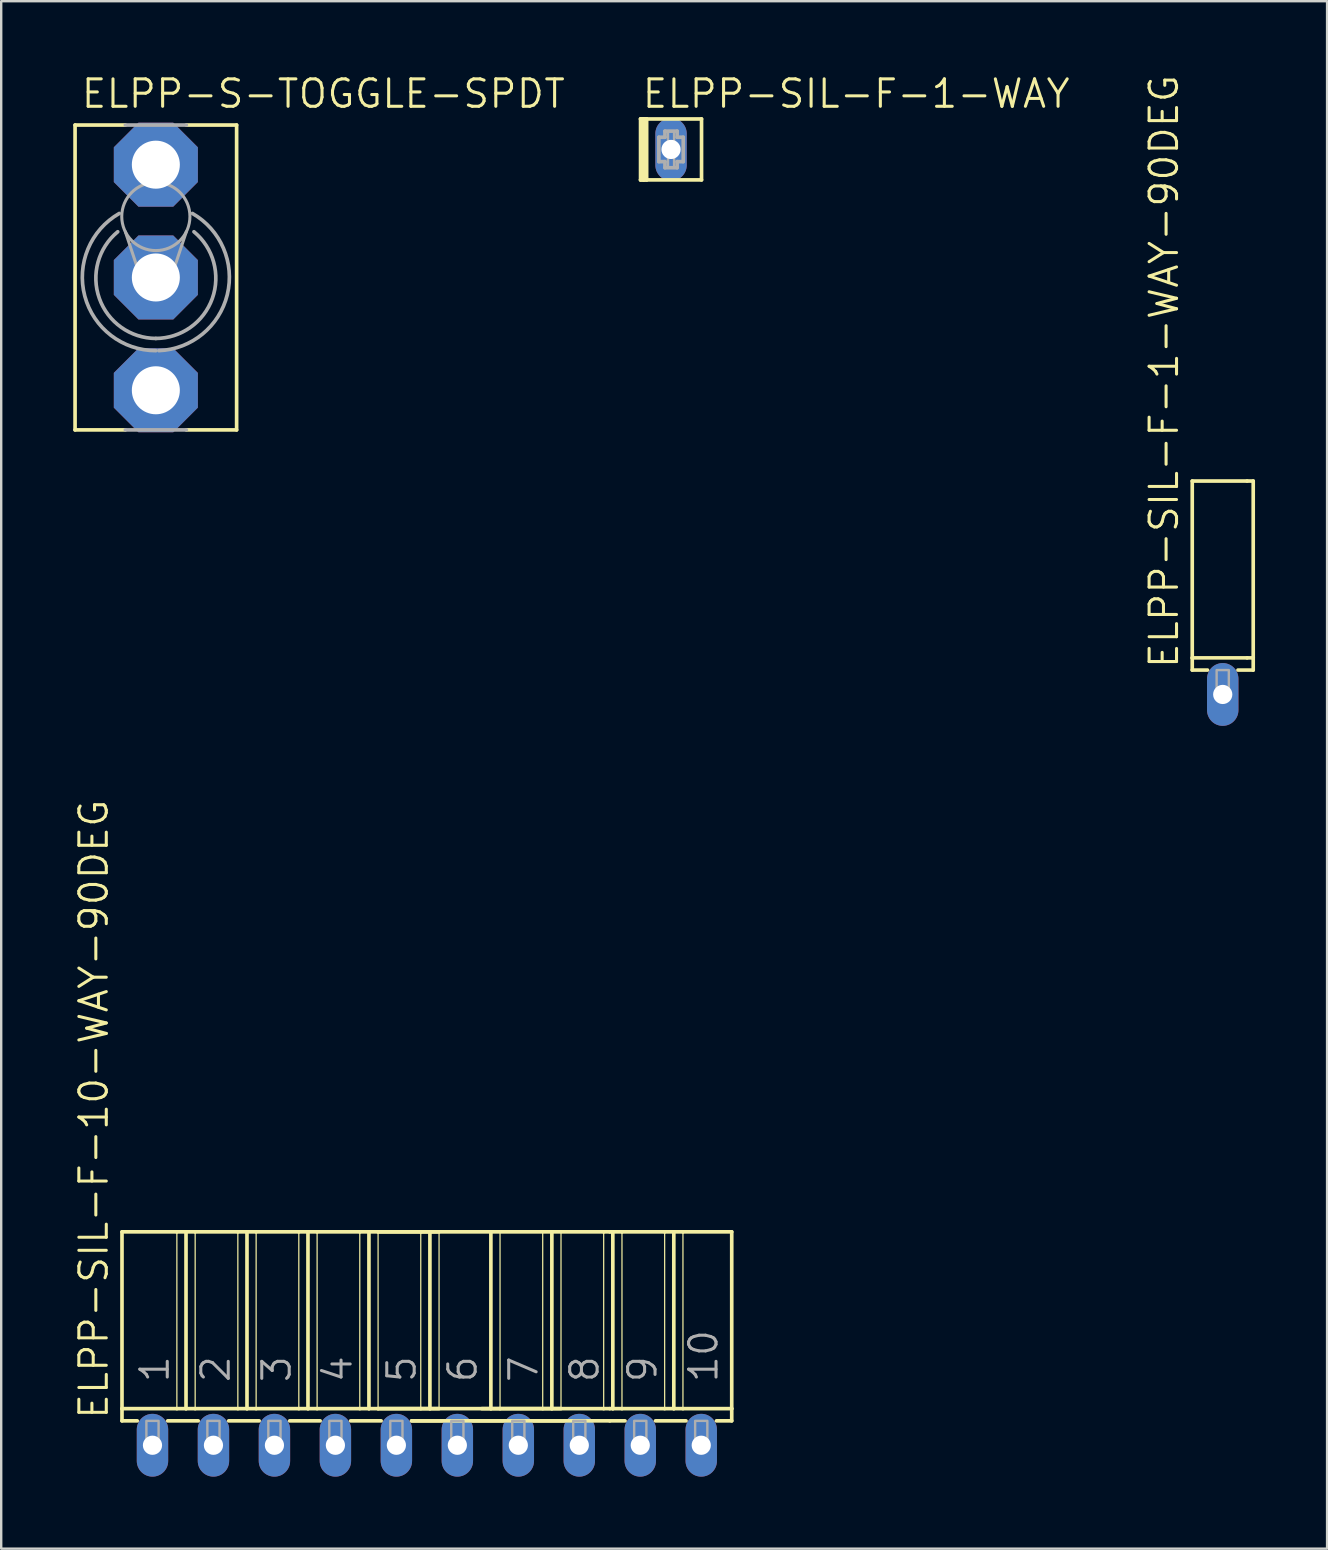
<source format=kicad_pcb>
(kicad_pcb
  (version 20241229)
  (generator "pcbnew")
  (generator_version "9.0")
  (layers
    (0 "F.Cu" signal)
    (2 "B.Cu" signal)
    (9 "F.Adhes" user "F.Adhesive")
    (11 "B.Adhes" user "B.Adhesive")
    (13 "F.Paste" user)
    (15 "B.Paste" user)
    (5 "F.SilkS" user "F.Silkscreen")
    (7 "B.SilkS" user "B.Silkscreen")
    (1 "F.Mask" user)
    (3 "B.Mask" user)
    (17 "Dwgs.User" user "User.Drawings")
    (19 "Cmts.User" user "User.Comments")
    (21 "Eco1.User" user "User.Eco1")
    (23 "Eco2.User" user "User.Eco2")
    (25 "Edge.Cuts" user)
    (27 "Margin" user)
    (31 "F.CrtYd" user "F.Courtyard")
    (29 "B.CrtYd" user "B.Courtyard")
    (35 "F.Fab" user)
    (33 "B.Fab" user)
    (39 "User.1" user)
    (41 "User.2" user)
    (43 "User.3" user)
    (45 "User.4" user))
  (footprint "ELPP-SIL-F-1-WAY"
    (layer "F.Cu")
    (at 24.904 3.175)
    (property "Reference" "ELPP-SIL-F-1-WAY" (at -1.27 -1.651 0) (unlocked yes) (layer "F.SilkS") (effects (font (size 1.143 1.143) (thickness 0.127)) (justify left bottom)))
    (fp_line (start -1.27 -1.27) (end -1.27 1.27) (stroke (width 0.152) (type solid)) (layer "F.SilkS"))
    (fp_line (start -1.27 -1.27) (end 1.27 -1.27) (stroke (width 0.152) (type solid)) (layer "F.SilkS"))
    (fp_line (start -1.27 1.27) (end -1.143 1.27) (stroke (width 0.152) (type solid)) (layer "F.SilkS"))
    (fp_line (start -1.143 -1.27) (end -1.27 -1.27) (stroke (width 0.152) (type solid)) (layer "F.SilkS"))
    (fp_line (start -1.143 -1.27) (end -1.143 1.27) (stroke (width 0.152) (type solid)) (layer "F.SilkS"))
    (fp_line (start -1.143 1.27) (end -1.016 1.27) (stroke (width 0.152) (type solid)) (layer "F.SilkS"))
    (fp_line (start -1.016 -1.27) (end -1.143 -1.27) (stroke (width 0.152) (type solid)) (layer "F.SilkS"))
    (fp_line (start -1.016 -1.27) (end -1.016 1.27) (stroke (width 0.152) (type solid)) (layer "F.SilkS"))
    (fp_line (start 1.27 -1.27) (end 1.27 1.27) (stroke (width 0.152) (type solid)) (layer "F.SilkS"))
    (fp_line (start 1.27 1.27) (end -1.27 1.27) (stroke (width 0.152) (type solid)) (layer "F.SilkS"))
    (fp_line (start -0.508 -0.508) (end -0.508 0.508) (stroke (width 0.152) (type solid)) (layer "F.Fab"))
    (fp_line (start -0.508 0.508) (end -0.254 0.508) (stroke (width 0.152) (type solid)) (layer "F.Fab"))
    (fp_line (start -0.254 -0.762) (end -0.254 -0.508) (stroke (width 0.152) (type solid)) (layer "F.Fab"))
    (fp_line (start -0.254 -0.508) (end -0.508 -0.508) (stroke (width 0.152) (type solid)) (layer "F.Fab"))
    (fp_line (start -0.254 0.508) (end -0.254 0.762) (stroke (width 0.152) (type solid)) (layer "F.Fab"))
    (fp_line (start -0.254 0.762) (end 0.254 0.762) (stroke (width 0.152) (type solid)) (layer "F.Fab"))
    (fp_line (start 0.254 -0.762) (end -0.254 -0.762) (stroke (width 0.152) (type solid)) (layer "F.Fab"))
    (fp_line (start 0.254 -0.508) (end 0.254 -0.762) (stroke (width 0.152) (type solid)) (layer "F.Fab"))
    (fp_line (start 0.254 0.508) (end 0.508 0.508) (stroke (width 0.152) (type solid)) (layer "F.Fab"))
    (fp_line (start 0.254 0.762) (end 0.254 0.508) (stroke (width 0.152) (type solid)) (layer "F.Fab"))
    (fp_line (start 0.508 -0.508) (end 0.254 -0.508) (stroke (width 0.152) (type solid)) (layer "F.Fab"))
    (fp_line (start 0.508 0.508) (end 0.508 -0.508) (stroke (width 0.152) (type solid)) (layer "F.Fab"))
    (fp_poly (pts (xy -0.127 -0.254) (xy 0.127 -0.254) (xy 0.127 -0.762) (xy -0.127 -0.762)) (stroke (width 0.1) (type default)) (fill no) (layer "F.Fab"))
    (fp_poly (pts (xy -0.127 0.762) (xy 0.127 0.762) (xy 0.127 0.254) (xy -0.127 0.254)) (stroke (width 0.1) (type default)) (fill no) (layer "F.Fab"))
    (pad "1" thru_hole oval (at 0 0 90) (size 2.616 1.308) (drill 0.8) (layers "*.Cu" "*.Mask")))
  (footprint "ELPP-S-TOGGLE-SPDT"
    (layer "F.Cu")
    (at 3.442 8.509)
    (property "Reference" "ELPP-S-TOGGLE-SPDT" (at -3.175 -6.985 0) (unlocked yes) (layer "F.SilkS") (effects (font (size 1.143 1.143) (thickness 0.127)) (justify left bottom)))
    (fp_line (start -3.365 -6.35) (end -3.365 6.35) (stroke (width 0.152) (type solid)) (layer "F.SilkS"))
    (fp_line (start -3.365 -6.35) (end -1.27 -6.35) (stroke (width 0.152) (type solid)) (layer "F.SilkS"))
    (fp_line (start -3.365 6.35) (end -1.27 6.35) (stroke (width 0.152) (type solid)) (layer "F.SilkS"))
    (fp_line (start 3.365 -6.35) (end 1.27 -6.35) (stroke (width 0.152) (type solid)) (layer "F.SilkS"))
    (fp_line (start 3.365 6.35) (end 1.27 6.35) (stroke (width 0.152) (type solid)) (layer "F.SilkS"))
    (fp_line (start 3.365 6.35) (end 3.365 -6.35) (stroke (width 0.152) (type solid)) (layer "F.SilkS"))
    (fp_line (start -1.27 -6.35) (end 1.27 -6.35) (stroke (width 0.152) (type solid)) (layer "F.Fab"))
    (fp_line (start -1.27 -1.905) (end -0.635 0) (stroke (width 0.127) (type solid)) (layer "F.Fab"))
    (fp_line (start -1.27 6.35) (end 1.27 6.35) (stroke (width 0.152) (type solid)) (layer "F.Fab"))
    (fp_line (start 1.27 -1.905) (end 0.635 0) (stroke (width 0.127) (type solid)) (layer "F.Fab"))
    (fp_arc (start 0 2.54) (mid -2.352774 0.874294) (end -1.587502 -1.905001) (stroke (width 0.1524) (type solid)) (layer "F.Fab"))
    (fp_arc (start 0 3.048) (mid -2.959694 0.776552) (end -1.523999 -2.667) (stroke (width 0.1524) (type solid)) (layer "F.Fab"))
    (fp_arc (start 1.523999 -2.666998) (mid 2.976223 0.716233) (end 0.127 3.048) (stroke (width 0.1524) (type solid)) (layer "F.Fab"))
    (fp_arc (start 1.587502 -1.905001) (mid 2.352774 0.874294) (end 0 2.54) (stroke (width 0.1524) (type solid)) (layer "F.Fab"))
    (fp_circle (center 0 -2.54) (end 1.42 -2.54) (stroke (width 0.127) (type solid)) (fill no) (layer "F.Fab"))
    (pad "1" thru_hole roundrect (at 0 4.699) (size 3.5 3.5) (drill 2) (layers "*.Cu" "*.Mask") (roundrect_rratio 0.25) (chamfer_ratio 0.293) (chamfer top_left top_right bottom_left bottom_right))
    (pad "2" thru_hole roundrect (at 0 0) (size 3.5 3.5) (drill 2) (layers "*.Cu" "*.Mask") (roundrect_rratio 0.25) (chamfer_ratio 0.293) (chamfer top_left top_right bottom_left bottom_right))
    (pad "3" thru_hole roundrect (at 0 -4.699) (size 3.5 3.5) (drill 2) (layers "*.Cu" "*.Mask") (roundrect_rratio 0.25) (chamfer_ratio 0.293) (chamfer top_left top_right bottom_left bottom_right)))
  (footprint "ELPP-SIL-F-1-WAY-90DEG"
    (layer "F.Cu")
    (at 47.886 25.879)
    (property "Reference" "ELPP-SIL-F-1-WAY-90DEG" (at -1.778 -1.016 90) (unlocked yes) (layer "F.SilkS") (effects (font (size 1.143 1.143) (thickness 0.127)) (justify left bottom)))
    (fp_line (start -1.27 -8.89) (end 1.016 -8.89) (stroke (width 0.152) (type solid)) (layer "F.SilkS"))
    (fp_line (start -1.27 -1.524) (end -1.27 -8.89) (stroke (width 0.152) (type solid)) (layer "F.SilkS"))
    (fp_line (start -1.27 -1.524) (end 1.016 -1.524) (stroke (width 0.152) (type solid)) (layer "F.SilkS"))
    (fp_line (start -1.27 -1.016) (end -1.27 -1.524) (stroke (width 0.152) (type solid)) (layer "F.SilkS"))
    (fp_line (start -1.27 -1.016) (end -0.635 -1.016) (stroke (width 0.152) (type solid)) (layer "F.SilkS"))
    (fp_line (start 0.635 -1.016) (end 1.27 -1.016) (stroke (width 0.152) (type solid)) (layer "F.SilkS"))
    (fp_line (start 1.016 -8.89) (end 1.27 -8.89) (stroke (width 0.152) (type solid)) (layer "F.SilkS"))
    (fp_line (start 1.016 -1.524) (end 1.27 -1.524) (stroke (width 0.152) (type solid)) (layer "F.SilkS"))
    (fp_line (start 1.27 -8.89) (end 1.27 -1.524) (stroke (width 0.152) (type solid)) (layer "F.SilkS"))
    (fp_line (start 1.27 -1.524) (end 1.27 -1.016) (stroke (width 0.152) (type solid)) (layer "F.SilkS"))
    (fp_poly (pts (xy -0.254 0) (xy 0.254 0) (xy 0.254 -1.016) (xy -0.254 -1.016)) (stroke (width 0.1) (type default)) (fill no) (layer "F.Fab"))
    (pad "1" thru_hole oval (at 0 0 90) (size 2.616 1.308) (drill 0.8) (layers "*.Cu" "*.Mask")))
  (footprint "ELPP-SIL-F-10-WAY-90DEG"
    (layer "F.Cu")
    (at 14.732 57.155)
    (property "Reference" "ELPP-SIL-F-10-WAY-90DEG" (at -13.208 -1.016 90) (unlocked yes) (layer "F.SilkS") (effects (font (size 1.143 1.143) (thickness 0.127)) (justify left bottom)))
    (fp_line (start -12.7 -8.89) (end -10.414 -8.89) (stroke (width 0.152) (type solid)) (layer "F.SilkS"))
    (fp_line (start -12.7 -1.524) (end -12.7 -8.89) (stroke (width 0.152) (type solid)) (layer "F.SilkS"))
    (fp_line (start -12.7 -1.524) (end -10.414 -1.524) (stroke (width 0.152) (type solid)) (layer "F.SilkS"))
    (fp_line (start -12.7 -1.016) (end -12.7 -1.524) (stroke (width 0.152) (type solid)) (layer "F.SilkS"))
    (fp_line (start -12.7 -1.016) (end -12.065 -1.016) (stroke (width 0.152) (type solid)) (layer "F.SilkS"))
    (fp_line (start -10.795 -1.016) (end -9.525 -1.016) (stroke (width 0.152) (type solid)) (layer "F.SilkS"))
    (fp_line (start -10.414 -8.89) (end -10.414 -1.524) (stroke (width 0.051) (type solid)) (layer "F.SilkS"))
    (fp_line (start -10.414 -8.89) (end -10.033 -8.89) (stroke (width 0.152) (type solid)) (layer "F.SilkS"))
    (fp_line (start -10.414 -1.524) (end -10.033 -1.524) (stroke (width 0.152) (type solid)) (layer "F.SilkS"))
    (fp_line (start -10.033 -8.89) (end -10.033 -1.524) (stroke (width 0.152) (type solid)) (layer "F.SilkS"))
    (fp_line (start -10.033 -8.89) (end -9.652 -8.89) (stroke (width 0.152) (type solid)) (layer "F.SilkS"))
    (fp_line (start -10.033 -1.524) (end -9.652 -1.524) (stroke (width 0.152) (type solid)) (layer "F.SilkS"))
    (fp_line (start -9.652 -8.89) (end -9.652 -1.524) (stroke (width 0.051) (type solid)) (layer "F.SilkS"))
    (fp_line (start -9.652 -8.89) (end -7.874 -8.89) (stroke (width 0.152) (type solid)) (layer "F.SilkS"))
    (fp_line (start -9.652 -1.524) (end -7.874 -1.524) (stroke (width 0.152) (type solid)) (layer "F.SilkS"))
    (fp_line (start -8.255 -1.016) (end -6.985 -1.016) (stroke (width 0.152) (type solid)) (layer "F.SilkS"))
    (fp_line (start -7.874 -8.89) (end -7.874 -1.524) (stroke (width 0.051) (type solid)) (layer "F.SilkS"))
    (fp_line (start -7.874 -8.89) (end -7.493 -8.89) (stroke (width 0.152) (type solid)) (layer "F.SilkS"))
    (fp_line (start -7.874 -1.524) (end -7.493 -1.524) (stroke (width 0.152) (type solid)) (layer "F.SilkS"))
    (fp_line (start -7.493 -8.89) (end -7.493 -1.524) (stroke (width 0.152) (type solid)) (layer "F.SilkS"))
    (fp_line (start -7.493 -8.89) (end -7.112 -8.89) (stroke (width 0.152) (type solid)) (layer "F.SilkS"))
    (fp_line (start -7.493 -1.524) (end -7.112 -1.524) (stroke (width 0.152) (type solid)) (layer "F.SilkS"))
    (fp_line (start -7.112 -8.89) (end -7.112 -1.524) (stroke (width 0.051) (type solid)) (layer "F.SilkS"))
    (fp_line (start -7.112 -8.89) (end -5.334 -8.89) (stroke (width 0.152) (type solid)) (layer "F.SilkS"))
    (fp_line (start -7.112 -1.524) (end -5.334 -1.524) (stroke (width 0.152) (type solid)) (layer "F.SilkS"))
    (fp_line (start -5.715 -1.016) (end -4.445 -1.016) (stroke (width 0.152) (type solid)) (layer "F.SilkS"))
    (fp_line (start -5.334 -8.89) (end -5.334 -1.524) (stroke (width 0.051) (type solid)) (layer "F.SilkS"))
    (fp_line (start -5.334 -8.89) (end -4.953 -8.89) (stroke (width 0.152) (type solid)) (layer "F.SilkS"))
    (fp_line (start -5.334 -1.524) (end -4.953 -1.524) (stroke (width 0.152) (type solid)) (layer "F.SilkS"))
    (fp_line (start -4.953 -8.89) (end -4.953 -1.524) (stroke (width 0.152) (type solid)) (layer "F.SilkS"))
    (fp_line (start -4.953 -8.89) (end -4.572 -8.89) (stroke (width 0.152) (type solid)) (layer "F.SilkS"))
    (fp_line (start -4.953 -1.524) (end -4.572 -1.524) (stroke (width 0.152) (type solid)) (layer "F.SilkS"))
    (fp_line (start -4.572 -8.89) (end -4.572 -1.524) (stroke (width 0.051) (type solid)) (layer "F.SilkS"))
    (fp_line (start -4.572 -8.89) (end -2.794 -8.89) (stroke (width 0.152) (type solid)) (layer "F.SilkS"))
    (fp_line (start -4.572 -1.524) (end -2.794 -1.524) (stroke (width 0.152) (type solid)) (layer "F.SilkS"))
    (fp_line (start -3.175 -1.016) (end -1.905 -1.016) (stroke (width 0.152) (type solid)) (layer "F.SilkS"))
    (fp_line (start -2.794 -8.89) (end -2.794 -1.524) (stroke (width 0.051) (type solid)) (layer "F.SilkS"))
    (fp_line (start -2.794 -8.89) (end -2.413 -8.89) (stroke (width 0.152) (type solid)) (layer "F.SilkS"))
    (fp_line (start -2.794 -1.524) (end -2.413 -1.524) (stroke (width 0.152) (type solid)) (layer "F.SilkS"))
    (fp_line (start -2.413 -8.89) (end -2.413 -1.524) (stroke (width 0.152) (type solid)) (layer "F.SilkS"))
    (fp_line (start -2.413 -8.89) (end -2.032 -8.89) (stroke (width 0.152) (type solid)) (layer "F.SilkS"))
    (fp_line (start -2.413 -1.524) (end -2.032 -1.524) (stroke (width 0.152) (type solid)) (layer "F.SilkS"))
    (fp_line (start -2.032 -8.89) (end -2.032 -1.524) (stroke (width 0.051) (type solid)) (layer "F.SilkS"))
    (fp_line (start -2.032 -8.89) (end -0.254 -8.89) (stroke (width 0.152) (type solid)) (layer "F.SilkS"))
    (fp_line (start -2.032 -8.89) (end 7.366 -8.89) (stroke (width 0.152) (type solid)) (layer "F.SilkS"))
    (fp_line (start -2.032 -1.524) (end -0.254 -1.524) (stroke (width 0.152) (type solid)) (layer "F.SilkS"))
    (fp_line (start -2.032 -1.524) (end 7.366 -1.524) (stroke (width 0.152) (type solid)) (layer "F.SilkS"))
    (fp_line (start -0.635 -1.016) (end 0.635 -1.016) (stroke (width 0.152) (type solid)) (layer "F.SilkS"))
    (fp_line (start -0.635 -1.016) (end 7.62 -1.016) (stroke (width 0.152) (type solid)) (layer "F.SilkS"))
    (fp_line (start -0.254 -8.89) (end -0.254 -1.524) (stroke (width 0.051) (type solid)) (layer "F.SilkS"))
    (fp_line (start -0.254 -8.89) (end 0.127 -8.89) (stroke (width 0.152) (type solid)) (layer "F.SilkS"))
    (fp_line (start -0.254 -1.524) (end 0.127 -1.524) (stroke (width 0.152) (type solid)) (layer "F.SilkS"))
    (fp_line (start 0.127 -8.89) (end 0.127 -1.524) (stroke (width 0.152) (type solid)) (layer "F.SilkS"))
    (fp_line (start 0.127 -8.89) (end 0.508 -8.89) (stroke (width 0.152) (type solid)) (layer "F.SilkS"))
    (fp_line (start 0.127 -1.524) (end 0.508 -1.524) (stroke (width 0.152) (type solid)) (layer "F.SilkS"))
    (fp_line (start 0.508 -8.89) (end 0.508 -1.524) (stroke (width 0.051) (type solid)) (layer "F.SilkS"))
    (fp_line (start 1.905 -1.016) (end 3.175 -1.016) (stroke (width 0.152) (type solid)) (layer "F.SilkS"))
    (fp_line (start 2.286 -1.524) (end 2.667 -1.524) (stroke (width 0.152) (type solid)) (layer "F.SilkS"))
    (fp_line (start 2.667 -8.89) (end 2.667 -1.524) (stroke (width 0.152) (type solid)) (layer "F.SilkS"))
    (fp_line (start 2.667 -1.524) (end 3.048 -1.524) (stroke (width 0.152) (type solid)) (layer "F.SilkS"))
    (fp_line (start 3.048 -8.89) (end 3.048 -1.524) (stroke (width 0.051) (type solid)) (layer "F.SilkS"))
    (fp_line (start 3.048 -1.524) (end 4.826 -1.524) (stroke (width 0.152) (type solid)) (layer "F.SilkS"))
    (fp_line (start 4.445 -1.016) (end 5.715 -1.016) (stroke (width 0.152) (type solid)) (layer "F.SilkS"))
    (fp_line (start 4.826 -8.89) (end 4.826 -1.524) (stroke (width 0.051) (type solid)) (layer "F.SilkS"))
    (fp_line (start 4.826 -1.524) (end 5.207 -1.524) (stroke (width 0.152) (type solid)) (layer "F.SilkS"))
    (fp_line (start 5.207 -8.89) (end 5.207 -1.524) (stroke (width 0.152) (type solid)) (layer "F.SilkS"))
    (fp_line (start 5.207 -1.524) (end 5.588 -1.524) (stroke (width 0.152) (type solid)) (layer "F.SilkS"))
    (fp_line (start 5.588 -8.89) (end 5.588 -1.524) (stroke (width 0.051) (type solid)) (layer "F.SilkS"))
    (fp_line (start 7.366 -8.89) (end 7.366 -1.524) (stroke (width 0.051) (type solid)) (layer "F.SilkS"))
    (fp_line (start 7.366 -8.89) (end 7.62 -8.89) (stroke (width 0.152) (type solid)) (layer "F.SilkS"))
    (fp_line (start 7.366 -1.524) (end 7.62 -1.524) (stroke (width 0.152) (type solid)) (layer "F.SilkS"))
    (fp_line (start 7.62 -8.89) (end 7.747 -8.89) (stroke (width 0.152) (type solid)) (layer "F.SilkS"))
    (fp_line (start 7.62 -1.524) (end 7.747 -1.524) (stroke (width 0.152) (type solid)) (layer "F.SilkS"))
    (fp_line (start 7.62 -1.016) (end 8.255 -1.016) (stroke (width 0.152) (type solid)) (layer "F.SilkS"))
    (fp_line (start 7.747 -8.89) (end 7.747 -1.524) (stroke (width 0.152) (type solid)) (layer "F.SilkS"))
    (fp_line (start 7.747 -8.89) (end 8.128 -8.89) (stroke (width 0.152) (type solid)) (layer "F.SilkS"))
    (fp_line (start 7.747 -1.524) (end 8.128 -1.524) (stroke (width 0.152) (type solid)) (layer "F.SilkS"))
    (fp_line (start 8.128 -8.89) (end 8.128 -1.524) (stroke (width 0.051) (type solid)) (layer "F.SilkS"))
    (fp_line (start 8.128 -8.89) (end 9.906 -8.89) (stroke (width 0.152) (type solid)) (layer "F.SilkS"))
    (fp_line (start 8.128 -1.524) (end 9.906 -1.524) (stroke (width 0.152) (type solid)) (layer "F.SilkS"))
    (fp_line (start 9.525 -1.016) (end 10.795 -1.016) (stroke (width 0.152) (type solid)) (layer "F.SilkS"))
    (fp_line (start 9.906 -8.89) (end 9.906 -1.524) (stroke (width 0.051) (type solid)) (layer "F.SilkS"))
    (fp_line (start 9.906 -8.89) (end 10.287 -8.89) (stroke (width 0.152) (type solid)) (layer "F.SilkS"))
    (fp_line (start 9.906 -1.524) (end 10.287 -1.524) (stroke (width 0.152) (type solid)) (layer "F.SilkS"))
    (fp_line (start 10.287 -8.89) (end 10.287 -1.524) (stroke (width 0.152) (type solid)) (layer "F.SilkS"))
    (fp_line (start 10.287 -8.89) (end 10.668 -8.89) (stroke (width 0.152) (type solid)) (layer "F.SilkS"))
    (fp_line (start 10.287 -1.524) (end 10.668 -1.524) (stroke (width 0.152) (type solid)) (layer "F.SilkS"))
    (fp_line (start 10.668 -8.89) (end 10.668 -1.524) (stroke (width 0.051) (type solid)) (layer "F.SilkS"))
    (fp_line (start 10.668 -8.89) (end 12.7 -8.89) (stroke (width 0.152) (type solid)) (layer "F.SilkS"))
    (fp_line (start 10.668 -1.524) (end 12.7 -1.524) (stroke (width 0.152) (type solid)) (layer "F.SilkS"))
    (fp_line (start 12.065 -1.016) (end 12.7 -1.016) (stroke (width 0.152) (type solid)) (layer "F.SilkS"))
    (fp_line (start 12.7 -8.89) (end 12.7 -1.524) (stroke (width 0.152) (type solid)) (layer "F.SilkS"))
    (fp_line (start 12.7 -1.524) (end 12.7 -1.016) (stroke (width 0.152) (type solid)) (layer "F.SilkS"))
    (fp_poly (pts (xy -11.684 0) (xy -11.176 0) (xy -11.176 -1.016) (xy -11.684 -1.016)) (stroke (width 0.1) (type default)) (fill no) (layer "F.Fab"))
    (fp_poly (pts (xy -9.144 0) (xy -8.636 0) (xy -8.636 -1.016) (xy -9.144 -1.016)) (stroke (width 0.1) (type default)) (fill no) (layer "F.Fab"))
    (fp_poly (pts (xy -6.604 0) (xy -6.096 0) (xy -6.096 -1.016) (xy -6.604 -1.016)) (stroke (width 0.1) (type default)) (fill no) (layer "F.Fab"))
    (fp_poly (pts (xy -4.064 0) (xy -3.556 0) (xy -3.556 -1.016) (xy -4.064 -1.016)) (stroke (width 0.1) (type default)) (fill no) (layer "F.Fab"))
    (fp_poly (pts (xy -1.524 0) (xy -1.016 0) (xy -1.016 -1.016) (xy -1.524 -1.016)) (stroke (width 0.1) (type default)) (fill no) (layer "F.Fab"))
    (fp_poly (pts (xy 1.016 0) (xy 1.524 0) (xy 1.524 -1.016) (xy 1.016 -1.016)) (stroke (width 0.1) (type default)) (fill no) (layer "F.Fab"))
    (fp_poly (pts (xy 3.556 0) (xy 4.064 0) (xy 4.064 -1.016) (xy 3.556 -1.016)) (stroke (width 0.1) (type default)) (fill no) (layer "F.Fab"))
    (fp_poly (pts (xy 6.096 0) (xy 6.604 0) (xy 6.604 -1.016) (xy 6.096 -1.016)) (stroke (width 0.1) (type default)) (fill no) (layer "F.Fab"))
    (fp_poly (pts (xy 8.636 0) (xy 9.144 0) (xy 9.144 -1.016) (xy 8.636 -1.016)) (stroke (width 0.1) (type default)) (fill no) (layer "F.Fab"))
    (fp_poly (pts (xy 11.176 0) (xy 11.684 0) (xy 11.684 -1.016) (xy 11.176 -1.016)) (stroke (width 0.1) (type default)) (fill no) (layer "F.Fab"))
    (fp_text user "7" (at 4.699 -2.54 90) (layer "F.Fab") (effects (font (size 1.143 1.143) (thickness 0.127)) (justify left bottom)))
    (fp_text user "2" (at -8.128 -2.54 90) (layer "F.Fab") (effects (font (size 1.143 1.143) (thickness 0.127)) (justify left bottom)))
    (fp_text user "1" (at -10.668 -2.54 90) (layer "F.Fab") (effects (font (size 1.143 1.143) (thickness 0.127)) (justify left bottom)))
    (fp_text user "3" (at -5.588 -2.54 90) (layer "F.Fab") (effects (font (size 1.143 1.143) (thickness 0.127)) (justify left bottom)))
    (fp_text user "6" (at 2.159 -2.54 90) (layer "F.Fab") (effects (font (size 1.143 1.143) (thickness 0.127)) (justify left bottom)))
    (fp_text user "9" (at 9.652 -2.54 90) (layer "F.Fab") (effects (font (size 1.143 1.143) (thickness 0.127)) (justify left bottom)))
    (fp_text user "10" (at 12.192 -2.54 90) (layer "F.Fab") (effects (font (size 1.143 1.143) (thickness 0.127)) (justify left bottom)))
    (fp_text user "4" (at -3.048 -2.54 90) (layer "F.Fab") (effects (font (size 1.143 1.143) (thickness 0.127)) (justify left bottom)))
    (fp_text user "5" (at -0.381 -2.54 90) (layer "F.Fab") (effects (font (size 1.143 1.143) (thickness 0.127)) (justify left bottom)))
    (fp_text user "8" (at 7.239 -2.54 90) (layer "F.Fab") (effects (font (size 1.143 1.143) (thickness 0.127)) (justify left bottom)))
    (pad "1" thru_hole oval (at -11.43 0 90) (size 2.616 1.308) (drill 0.8) (layers "*.Cu" "*.Mask"))
    (pad "2" thru_hole oval (at -8.89 0 90) (size 2.616 1.308) (drill 0.8) (layers "*.Cu" "*.Mask"))
    (pad "3" thru_hole oval (at -6.35 0 90) (size 2.616 1.308) (drill 0.8) (layers "*.Cu" "*.Mask"))
    (pad "4" thru_hole oval (at -3.81 0 90) (size 2.616 1.308) (drill 0.8) (layers "*.Cu" "*.Mask"))
    (pad "5" thru_hole oval (at -1.27 0 90) (size 2.616 1.308) (drill 0.8) (layers "*.Cu" "*.Mask"))
    (pad "6" thru_hole oval (at 1.27 0 90) (size 2.616 1.308) (drill 0.8) (layers "*.Cu" "*.Mask"))
    (pad "7" thru_hole oval (at 3.81 0 90) (size 2.616 1.308) (drill 0.8) (layers "*.Cu" "*.Mask"))
    (pad "8" thru_hole oval (at 6.35 0 90) (size 2.616 1.308) (drill 0.8) (layers "*.Cu" "*.Mask"))
    (pad "9" thru_hole oval (at 8.89 0 90) (size 2.616 1.308) (drill 0.8) (layers "*.Cu" "*.Mask"))
    (pad "10" thru_hole oval (at 11.43 0 90) (size 2.616 1.308) (drill 0.8) (layers "*.Cu" "*.Mask")))
  (gr_rect
    (start -3 -3)
    (end 52.233 61.463)
    (stroke (width 0.1) (type default))
    (fill no)
    (layer "Edge.Cuts")))
</source>
